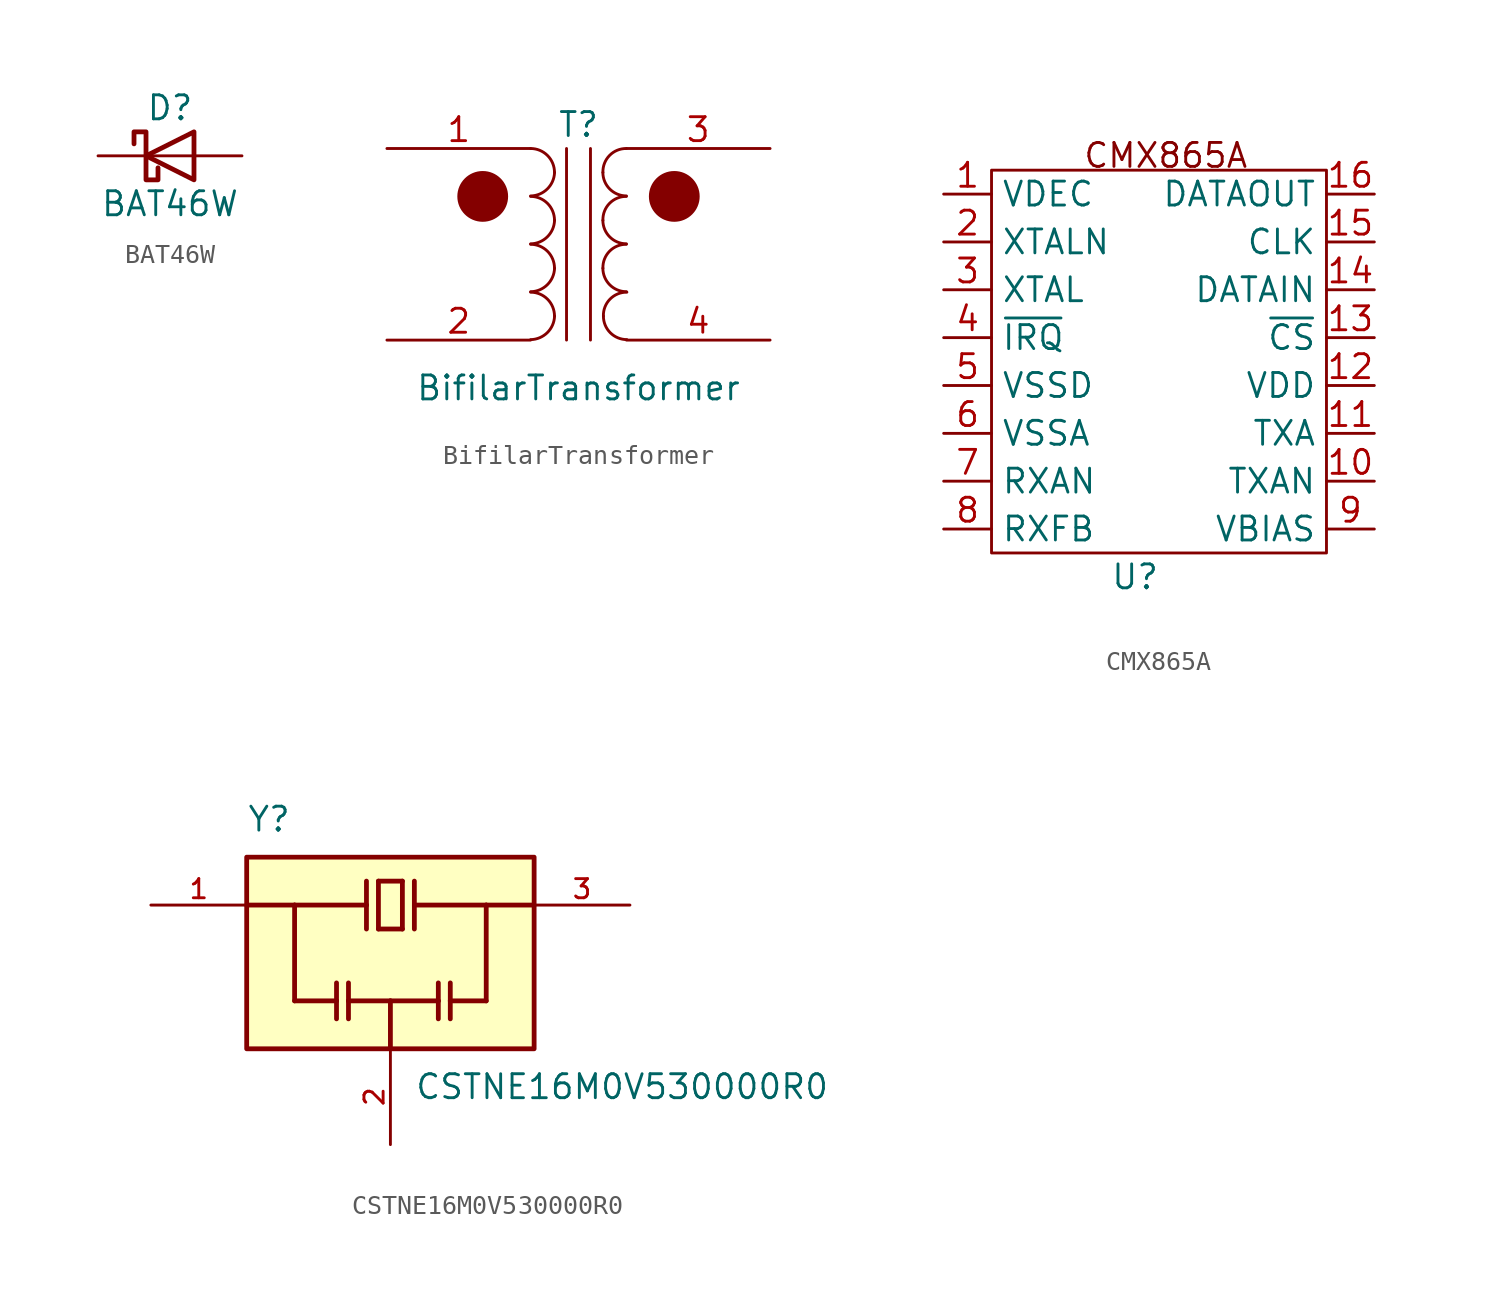
<source format=kicad_sym>
(kicad_symbol_lib
  (version 20241209)
  (generator "kicad_symbol_editor")
  (generator_version "9.0")
  (symbol "BAT46W"
    (pin_numbers
      (hide yes))
    (pin_names
      (offset 1.016)
      (hide yes))
    (property "Reference" "D"
      (at 0 2.54 0)
      (effects (font (size 1.27 1.27))))
    (property "Value" "BAT46W"
      (at 0 -2.54 0)
      (effects (font (size 1.27 1.27))))
    (symbol "BAT46W_0_1"
      (polyline (pts (xy -1.905 0.635) (xy -1.905 1.27) (xy -1.27 1.27) (xy -1.27 -1.27) (xy -0.635 -1.27) (xy -0.635 -0.635)) (stroke (width 0.254) (type default)) (fill (type none)))
      (polyline (pts (xy 1.27 1.27) (xy 1.27 -1.27) (xy -1.27 0) (xy 1.27 1.27)) (stroke (width 0.254) (type default)) (fill (type none)))
      (polyline (pts (xy 1.27 0) (xy -1.27 0)) (stroke (width 0) (type default)) (fill (type none))))
    (symbol "BAT46W_1_1"
      (pin passive line (at -3.81 0 0) (length 2.54) (name "K" (effects (font (size 1.27 1.27)))) (number "1" (effects (font (size 1.27 1.27)))))
      (pin passive line (at 3.81 0 180) (length 2.54) (name "A" (effects (font (size 1.27 1.27)))) (number "2" (effects (font (size 1.27 1.27)))))))
  (symbol "BifilarTransformer"
    (pin_names
      (offset 1.016)
      (hide yes))
    (property "Reference" "T"
      (at 0 6.35 0)
      (effects (font (size 1.27 1.27))))
    (property "Value" "BifilarTransformer"
      (at 0 -7.62 0)
      (effects (font (size 1.27 1.27))))
    (symbol "BifilarTransformer_0_1"
      (arc (start -1.27 3.81) (mid -1.656 2.9336) (end -2.54 2.5654) (stroke (width 0) (type default)) (fill (type none)))
      (arc (start -1.27 1.27) (mid -1.656 0.3936) (end -2.54 0.0254) (stroke (width 0) (type default)) (fill (type none)))
      (arc (start -1.27 -1.27) (mid -1.656 -2.1464) (end -2.54 -2.5146) (stroke (width 0) (type default)) (fill (type none)))
      (arc (start -1.27 -3.81) (mid -1.656 -4.6864) (end -2.54 -5.0546) (stroke (width 0) (type default)) (fill (type none)))
      (arc (start -2.54 5.08) (mid -1.642 4.708) (end -1.27 3.81) (stroke (width 0) (type default)) (fill (type none)))
      (arc (start -2.54 2.54) (mid -1.642 2.168) (end -1.27 1.27) (stroke (width 0) (type default)) (fill (type none)))
      (arc (start -2.54 0) (mid -1.642 -0.372) (end -1.27 -1.27) (stroke (width 0) (type default)) (fill (type none)))
      (arc (start -2.54 -2.54) (mid -1.642 -2.912) (end -1.27 -3.81) (stroke (width 0) (type default)) (fill (type none)))
      (polyline (pts (xy -0.635 5.08) (xy -0.635 -5.08)) (stroke (width 0) (type default)) (fill (type none)))
      (polyline (pts (xy 0.635 -5.08) (xy 0.635 5.08)) (stroke (width 0) (type default)) (fill (type none)))
      (arc (start 1.2954 3.81) (mid 1.6457 4.7117) (end 2.54 5.08) (stroke (width 0) (type default)) (fill (type none)))
      (arc (start 1.2954 1.27) (mid 1.6457 2.1717) (end 2.54 2.54) (stroke (width 0) (type default)) (fill (type none)))
      (arc (start 1.2954 -1.27) (mid 1.6457 -0.3683) (end 2.54 0) (stroke (width 0) (type default)) (fill (type none)))
      (arc (start 2.54 2.5654) (mid 1.6599 2.9299) (end 1.2954 3.81) (stroke (width 0) (type default)) (fill (type none)))
      (arc (start 2.54 0.0254) (mid 1.6599 0.3899) (end 1.2954 1.27) (stroke (width 0) (type default)) (fill (type none)))
      (arc (start 2.54 -2.5146) (mid 1.6599 -2.1501) (end 1.2954 -1.27) (stroke (width 0) (type default)) (fill (type none)))
      (arc (start 1.3208 -3.81) (mid 1.6711 -2.9085) (end 2.5654 -2.54) (stroke (width 0) (type default)) (fill (type none)))
      (arc (start 2.5654 -5.0546) (mid 1.6851 -4.6902) (end 1.3208 -3.81) (stroke (width 0) (type default)) (fill (type none))))
    (symbol "BifilarTransformer_1_1"
      (circle (center -5.08 2.54) (radius 1.27) (stroke (width 0) (type solid)) (fill (type outline)))
      (circle (center 5.08 2.54) (radius 1.27) (stroke (width 0) (type solid)) (fill (type outline)))
      (pin passive line (at -10.16 5.08 0) (length 7.62) (name "AA" (effects (font (size 1.27 1.27)))) (number "1" (effects (font (size 1.27 1.27)))))
      (pin passive line (at -10.16 -5.08 0) (length 7.62) (name "AB" (effects (font (size 1.27 1.27)))) (number "2" (effects (font (size 1.27 1.27)))))
      (pin passive line (at 10.16 5.08 180) (length 7.62) (name "SA" (effects (font (size 1.27 1.27)))) (number "3" (effects (font (size 1.27 1.27)))))
      (pin passive line (at 10.16 -5.08 180) (length 7.62) (name "SB" (effects (font (size 1.27 1.27)))) (number "4" (effects (font (size 1.27 1.27)))))))
  (symbol "CMX865A"
    (property "Reference" "U"
      (at -1.27 -11.43 0)
      (effects (font (size 1.27 1.27))))
    (property "Value" ""
      (at -6.35 6.35 0)
      (effects (font (size 1.27 1.27))))
    (symbol "CMX865A_0_0"
      (text_box "CMX865A" (at -5.08 12.7 0) (size 7.62 -2.54) (margins 1.016 1.016 1.016 1.016) (stroke (width -0.0001) (type default)) (fill (type none)) (effects (font (size 1.27 1.27)) (justify left top))))
    (symbol "CMX865A_0_1"
      (rectangle (start -8.89 10.16) (end 8.89 -10.16) (stroke (width 0) (type default)) (fill (type none))))
    (symbol "CMX865A_1_1"
      (pin input line (at -11.43 8.89 0) (length 2.54) (name "VDEC" (effects (font (size 1.27 1.27)))) (number "1" (effects (font (size 1.27 1.27)))))
      (pin input line (at -11.43 6.35 0) (length 2.54) (name "XTALN" (effects (font (size 1.27 1.27)))) (number "2" (effects (font (size 1.27 1.27)))))
      (pin input line (at -11.43 3.81 0) (length 2.54) (name "XTAL" (effects (font (size 1.27 1.27)))) (number "3" (effects (font (size 1.27 1.27)))))
      (pin input line (at -11.43 1.27 0) (length 2.54) (name "~{IRQ}" (effects (font (size 1.27 1.27)))) (number "4" (effects (font (size 1.27 1.27)))))
      (pin power_in line (at -11.43 -1.27 0) (length 2.54) (name "VSSD" (effects (font (size 1.27 1.27)))) (number "5" (effects (font (size 1.27 1.27)))))
      (pin power_in line (at -11.43 -3.81 0) (length 2.54) (name "VSSA" (effects (font (size 1.27 1.27)))) (number "6" (effects (font (size 1.27 1.27)))))
      (pin input line (at -11.43 -6.35 0) (length 2.54) (name "RXAN" (effects (font (size 1.27 1.27)))) (number "7" (effects (font (size 1.27 1.27)))))
      (pin output line (at -11.43 -8.89 0) (length 2.54) (name "RXFB" (effects (font (size 1.27 1.27)))) (number "8" (effects (font (size 1.27 1.27)))))
      (pin output line (at 11.43 8.89 180) (length 2.54) (name "DATAOUT" (effects (font (size 1.27 1.27)))) (number "16" (effects (font (size 1.27 1.27)))))
      (pin input line (at 11.43 6.35 180) (length 2.54) (name "CLK" (effects (font (size 1.27 1.27)))) (number "15" (effects (font (size 1.27 1.27)))))
      (pin input line (at 11.43 3.81 180) (length 2.54) (name "DATAIN" (effects (font (size 1.27 1.27)))) (number "14" (effects (font (size 1.27 1.27)))))
      (pin input line (at 11.43 1.27 180) (length 2.54) (name "~{CS}" (effects (font (size 1.27 1.27)))) (number "13" (effects (font (size 1.27 1.27)))))
      (pin power_in line (at 11.43 -1.27 180) (length 2.54) (name "VDD" (effects (font (size 1.27 1.27)))) (number "12" (effects (font (size 1.27 1.27)))))
      (pin input line (at 11.43 -3.81 180) (length 2.54) (name "TXA" (effects (font (size 1.27 1.27)))) (number "11" (effects (font (size 1.27 1.27)))))
      (pin input line (at 11.43 -6.35 180) (length 2.54) (name "TXAN" (effects (font (size 1.27 1.27)))) (number "10" (effects (font (size 1.27 1.27)))))
      (pin input line (at 11.43 -8.89 180) (length 2.54) (name "VBIAS" (effects (font (size 1.27 1.27)))) (number "9" (effects (font (size 1.27 1.27)))))))
  (symbol "CSTNE16M0V530000R0"
    (pin_names
      (offset 1.016))
    (property "Reference" "Y"
      (at -7.62 6.35 0)
      (effects (font (size 1.27 1.27)) (justify left bottom)))
    (property "Value" "CSTNE16M0V530000R0"
      (at 1.27 -6.35 0)
      (effects (font (size 1.27 1.27)) (justify left top)))
    (symbol "CSTNE16M0V530000R0_0_0"
      (polyline (pts (xy -7.62 2.54) (xy -5.08 2.54)) (stroke (width 0.254) (type default)) (fill (type none)))
      (rectangle (start -7.62 -5.08) (end 7.62 5.08) (stroke (width 0.254) (type default)) (fill (type background)))
      (polyline (pts (xy -5.08 2.54) (xy -1.27 2.54)) (stroke (width 0.254) (type default)) (fill (type none)))
      (polyline (pts (xy -5.08 -2.54) (xy -5.08 2.54)) (stroke (width 0.254) (type default)) (fill (type none)))
      (polyline (pts (xy -2.857 -1.587) (xy -2.857 -2.54)) (stroke (width 0.254) (type default)) (fill (type none)))
      (polyline (pts (xy -2.857 -2.54) (xy -5.08 -2.54)) (stroke (width 0.254) (type default)) (fill (type none)))
      (polyline (pts (xy -2.857 -2.54) (xy -2.857 -3.493)) (stroke (width 0.254) (type default)) (fill (type none)))
      (polyline (pts (xy -2.223 -1.587) (xy -2.223 -2.54)) (stroke (width 0.254) (type default)) (fill (type none)))
      (polyline (pts (xy -2.223 -2.54) (xy -2.223 -3.493)) (stroke (width 0.254) (type default)) (fill (type none)))
      (polyline (pts (xy -1.27 3.81) (xy -1.27 2.54)) (stroke (width 0.254) (type default)) (fill (type none)))
      (polyline (pts (xy -1.27 2.54) (xy -1.27 1.27)) (stroke (width 0.254) (type default)) (fill (type none)))
      (polyline (pts (xy -0.635 3.81) (xy 0.635 3.81)) (stroke (width 0.254) (type default)) (fill (type none)))
      (polyline (pts (xy -0.635 1.27) (xy -0.635 3.81)) (stroke (width 0.254) (type default)) (fill (type none)))
      (polyline (pts (xy 0 -2.54) (xy -2.223 -2.54)) (stroke (width 0.254) (type default)) (fill (type none)))
      (polyline (pts (xy 0 -2.54) (xy 2.54 -2.54)) (stroke (width 0.254) (type default)) (fill (type none)))
      (polyline (pts (xy 0 -5.08) (xy 0 -2.54)) (stroke (width 0.254) (type default)) (fill (type none)))
      (polyline (pts (xy 0.635 3.81) (xy 0.635 1.27)) (stroke (width 0.254) (type default)) (fill (type none)))
      (polyline (pts (xy 0.635 1.27) (xy -0.635 1.27)) (stroke (width 0.254) (type default)) (fill (type none)))
      (polyline (pts (xy 1.27 3.81) (xy 1.27 2.54)) (stroke (width 0.254) (type default)) (fill (type none)))
      (polyline (pts (xy 1.27 2.54) (xy 1.27 1.27)) (stroke (width 0.254) (type default)) (fill (type none)))
      (polyline (pts (xy 1.27 2.54) (xy 5.08 2.54)) (stroke (width 0.254) (type default)) (fill (type none)))
      (polyline (pts (xy 2.54 -1.587) (xy 2.54 -2.54)) (stroke (width 0.254) (type default)) (fill (type none)))
      (polyline (pts (xy 2.54 -2.54) (xy 2.54 -3.493)) (stroke (width 0.254) (type default)) (fill (type none)))
      (polyline (pts (xy 3.175 -1.587) (xy 3.175 -2.54)) (stroke (width 0.254) (type default)) (fill (type none)))
      (polyline (pts (xy 3.175 -2.54) (xy 3.175 -3.493)) (stroke (width 0.254) (type default)) (fill (type none)))
      (polyline (pts (xy 3.175 -2.54) (xy 5.08 -2.54)) (stroke (width 0.254) (type default)) (fill (type none)))
      (polyline (pts (xy 5.08 2.54) (xy 7.62 2.54)) (stroke (width 0.254) (type default)) (fill (type none)))
      (polyline (pts (xy 5.08 -2.54) (xy 5.08 2.54)) (stroke (width 0.254) (type default)) (fill (type none)))
      (pin input line (at -12.7 2.54 0) (length 5.08) (name "~" (effects (font (size 1.016 1.016)))) (number "1" (effects (font (size 1.016 1.016)))))
      (pin power_in line (at 0 -10.16 90) (length 5.08) (name "~" (effects (font (size 1.016 1.016)))) (number "2" (effects (font (size 1.016 1.016)))))
      (pin output line (at 12.7 2.54 180) (length 5.08) (name "~" (effects (font (size 1.016 1.016)))) (number "3" (effects (font (size 1.016 1.016))))))))
</source>
